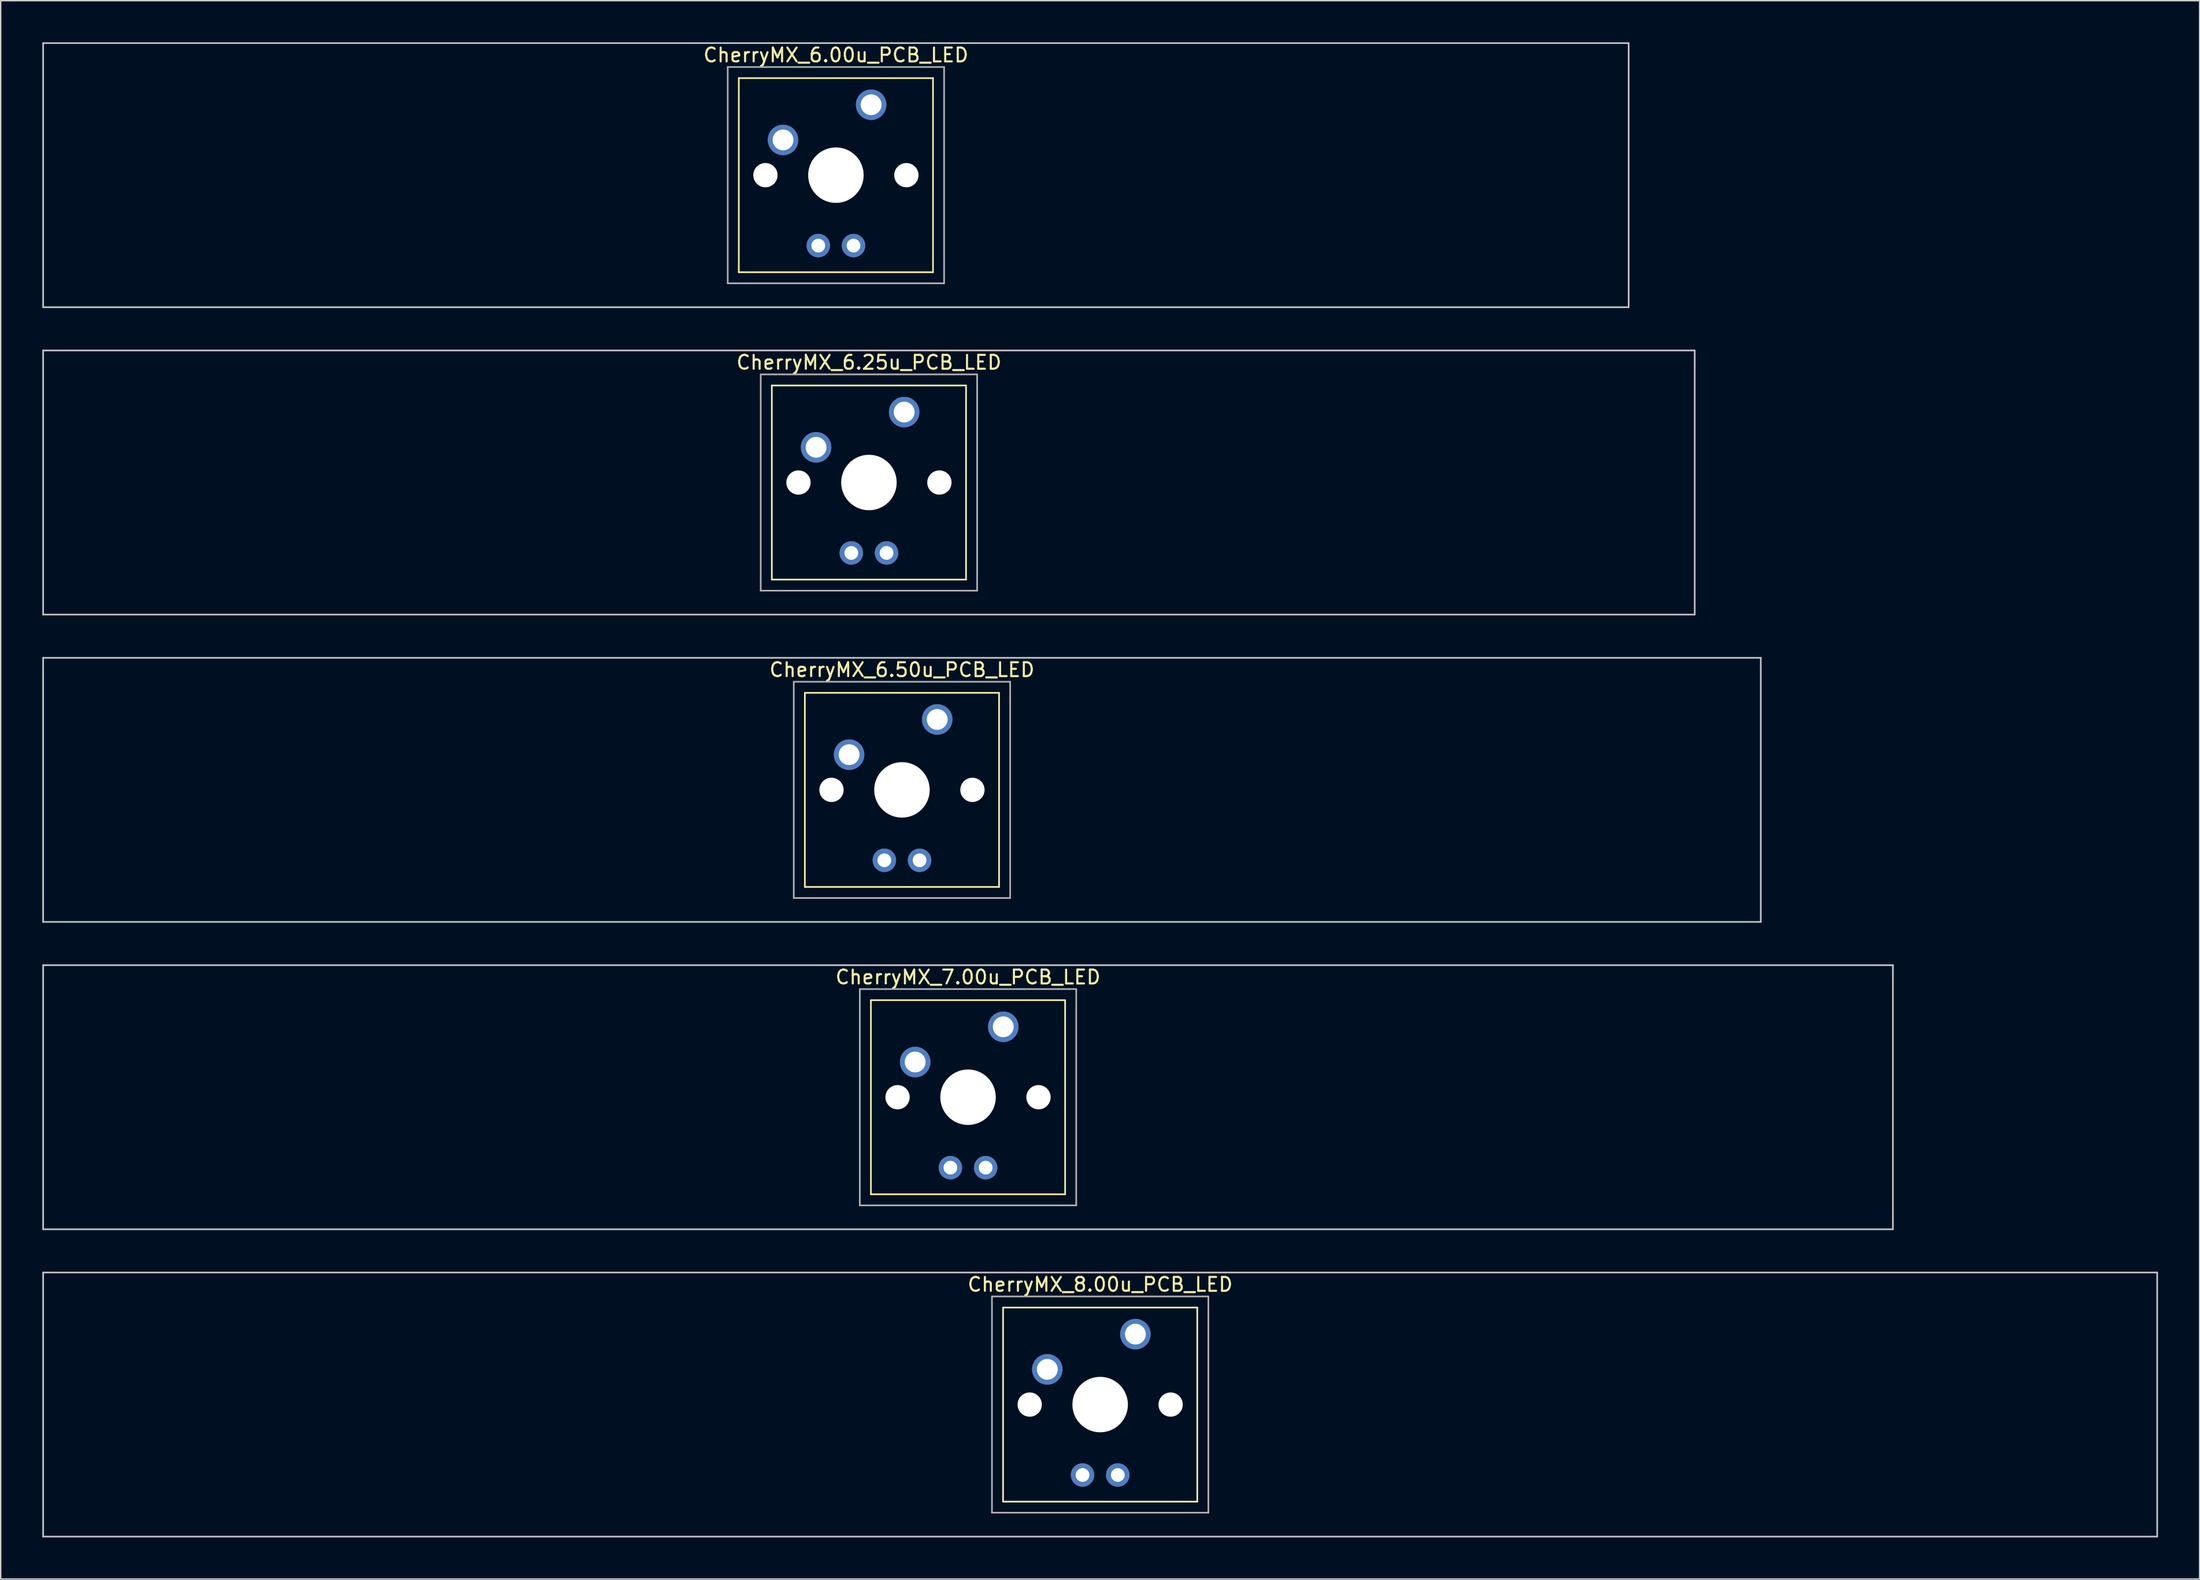
<source format=kicad_pcb>
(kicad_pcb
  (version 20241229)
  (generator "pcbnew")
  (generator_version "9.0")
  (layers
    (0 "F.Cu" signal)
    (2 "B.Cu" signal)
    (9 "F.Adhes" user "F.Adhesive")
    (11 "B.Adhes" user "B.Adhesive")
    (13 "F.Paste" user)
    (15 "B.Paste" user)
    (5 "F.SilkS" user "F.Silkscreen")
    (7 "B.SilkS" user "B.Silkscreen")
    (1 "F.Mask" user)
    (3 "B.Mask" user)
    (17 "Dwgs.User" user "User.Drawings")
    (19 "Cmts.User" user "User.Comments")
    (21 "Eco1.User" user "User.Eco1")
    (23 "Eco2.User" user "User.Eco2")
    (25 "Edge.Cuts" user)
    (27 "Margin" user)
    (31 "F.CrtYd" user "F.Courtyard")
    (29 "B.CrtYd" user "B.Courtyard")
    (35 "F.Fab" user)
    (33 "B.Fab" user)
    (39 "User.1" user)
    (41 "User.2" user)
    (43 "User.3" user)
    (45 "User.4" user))
  (footprint "CherryMX_6.25u_PCB_LED"
    (layer "F.Cu")
    (at 59.591 31.755)
    (property "Reference" "CherryMX_6.25u_PCB_LED" (at 0 -8.662 0) (layer "F.SilkS") (effects (font (size 1 1) (thickness 0.15))))
    (attr through_hole)
    (fp_line (start -7 -7) (end -7 7) (stroke (width 0.12) (type solid)) (layer "F.SilkS"))
    (fp_line (start -7 -7) (end 7 -7) (stroke (width 0.12) (type solid)) (layer "F.SilkS"))
    (fp_line (start 7 -7) (end 7 7) (stroke (width 0.12) (type solid)) (layer "F.SilkS"))
    (fp_line (start 7 7) (end -7 7) (stroke (width 0.12) (type solid)) (layer "F.SilkS"))
    (fp_line (start -59.531 -9.525) (end 59.531 -9.525) (stroke (width 0.12) (type solid)) (layer "Dwgs.User"))
    (fp_line (start -59.531 9.525) (end -59.531 -9.525) (stroke (width 0.12) (type solid)) (layer "Dwgs.User"))
    (fp_line (start 59.531 -9.525) (end 59.531 9.525) (stroke (width 0.12) (type solid)) (layer "Dwgs.User"))
    (fp_line (start 59.531 9.525) (end -59.531 9.525) (stroke (width 0.12) (type solid)) (layer "Dwgs.User"))
    (fp_line (start -7.8 -7.8) (end -7.8 7.8) (stroke (width 0.12) (type solid)) (layer "F.Fab"))
    (fp_line (start -7.8 -7.8) (end 7.8 -7.8) (stroke (width 0.12) (type solid)) (layer "F.Fab"))
    (fp_line (start -7.8 7.8) (end 7.8 7.8) (stroke (width 0.12) (type solid)) (layer "F.Fab"))
    (fp_line (start 7.8 -7.8) (end 7.8 7.8) (stroke (width 0.12) (type solid)) (layer "F.Fab"))
    (pad "" np_thru_hole circle (at -5.08 0) (size 1.75 1.75) (drill 1.75) (layers "*.Cu" "*.Mask"))
    (pad "" np_thru_hole circle (at 0 0) (size 4 4) (drill 4) (layers "*.Cu" "*.Mask"))
    (pad "" np_thru_hole circle (at 5.08 0) (size 1.75 1.75) (drill 1.75) (layers "*.Cu" "*.Mask"))
    (pad "1" thru_hole circle (at -3.81 -2.54) (size 2.2 2.2) (drill 1.5) (layers "*.Cu" "*.Mask"))
    (pad "2" thru_hole circle (at 2.54 -5.08) (size 2.2 2.2) (drill 1.5) (layers "*.Cu" "*.Mask"))
    (pad "3" thru_hole circle (at -1.27 5.08) (size 1.691 1.691) (drill 0.991) (layers "*.Cu" "*.Mask"))
    (pad "4" thru_hole circle (at 1.27 5.08) (size 1.691 1.691) (drill 0.991) (layers "*.Cu" "*.Mask")))
  (footprint "CherryMX_7.00u_PCB_LED"
    (layer "F.Cu")
    (at 66.735 76.095)
    (property "Reference" "CherryMX_7.00u_PCB_LED" (at 0 -8.662 0) (layer "F.SilkS") (effects (font (size 1 1) (thickness 0.15))))
    (attr through_hole)
    (fp_line (start -7 -7) (end -7 7) (stroke (width 0.12) (type solid)) (layer "F.SilkS"))
    (fp_line (start -7 -7) (end 7 -7) (stroke (width 0.12) (type solid)) (layer "F.SilkS"))
    (fp_line (start 7 -7) (end 7 7) (stroke (width 0.12) (type solid)) (layer "F.SilkS"))
    (fp_line (start 7 7) (end -7 7) (stroke (width 0.12) (type solid)) (layer "F.SilkS"))
    (fp_line (start -66.675 -9.525) (end 66.675 -9.525) (stroke (width 0.12) (type solid)) (layer "Dwgs.User"))
    (fp_line (start -66.675 9.525) (end -66.675 -9.525) (stroke (width 0.12) (type solid)) (layer "Dwgs.User"))
    (fp_line (start 66.675 -9.525) (end 66.675 9.525) (stroke (width 0.12) (type solid)) (layer "Dwgs.User"))
    (fp_line (start 66.675 9.525) (end -66.675 9.525) (stroke (width 0.12) (type solid)) (layer "Dwgs.User"))
    (fp_line (start -7.8 -7.8) (end -7.8 7.8) (stroke (width 0.12) (type solid)) (layer "F.Fab"))
    (fp_line (start -7.8 -7.8) (end 7.8 -7.8) (stroke (width 0.12) (type solid)) (layer "F.Fab"))
    (fp_line (start -7.8 7.8) (end 7.8 7.8) (stroke (width 0.12) (type solid)) (layer "F.Fab"))
    (fp_line (start 7.8 -7.8) (end 7.8 7.8) (stroke (width 0.12) (type solid)) (layer "F.Fab"))
    (pad "" np_thru_hole circle (at -5.08 0) (size 1.75 1.75) (drill 1.75) (layers "*.Cu" "*.Mask"))
    (pad "" np_thru_hole circle (at 0 0) (size 4 4) (drill 4) (layers "*.Cu" "*.Mask"))
    (pad "" np_thru_hole circle (at 5.08 0) (size 1.75 1.75) (drill 1.75) (layers "*.Cu" "*.Mask"))
    (pad "1" thru_hole circle (at -3.81 -2.54) (size 2.2 2.2) (drill 1.5) (layers "*.Cu" "*.Mask"))
    (pad "2" thru_hole circle (at 2.54 -5.08) (size 2.2 2.2) (drill 1.5) (layers "*.Cu" "*.Mask"))
    (pad "3" thru_hole circle (at -1.27 5.08) (size 1.691 1.691) (drill 0.991) (layers "*.Cu" "*.Mask"))
    (pad "4" thru_hole circle (at 1.27 5.08) (size 1.691 1.691) (drill 0.991) (layers "*.Cu" "*.Mask")))
  (footprint "CherryMX_6.00u_PCB_LED"
    (layer "F.Cu")
    (at 57.21 9.585)
    (property "Reference" "CherryMX_6.00u_PCB_LED" (at 0 -8.662 0) (layer "F.SilkS") (effects (font (size 1 1) (thickness 0.15))))
    (attr through_hole)
    (fp_line (start -7 -7) (end -7 7) (stroke (width 0.12) (type solid)) (layer "F.SilkS"))
    (fp_line (start -7 -7) (end 7 -7) (stroke (width 0.12) (type solid)) (layer "F.SilkS"))
    (fp_line (start 7 -7) (end 7 7) (stroke (width 0.12) (type solid)) (layer "F.SilkS"))
    (fp_line (start 7 7) (end -7 7) (stroke (width 0.12) (type solid)) (layer "F.SilkS"))
    (fp_line (start -57.15 -9.525) (end 57.15 -9.525) (stroke (width 0.12) (type solid)) (layer "Dwgs.User"))
    (fp_line (start -57.15 9.525) (end -57.15 -9.525) (stroke (width 0.12) (type solid)) (layer "Dwgs.User"))
    (fp_line (start 57.15 -9.525) (end 57.15 9.525) (stroke (width 0.12) (type solid)) (layer "Dwgs.User"))
    (fp_line (start 57.15 9.525) (end -57.15 9.525) (stroke (width 0.12) (type solid)) (layer "Dwgs.User"))
    (fp_line (start -7.8 -7.8) (end -7.8 7.8) (stroke (width 0.12) (type solid)) (layer "F.Fab"))
    (fp_line (start -7.8 -7.8) (end 7.8 -7.8) (stroke (width 0.12) (type solid)) (layer "F.Fab"))
    (fp_line (start -7.8 7.8) (end 7.8 7.8) (stroke (width 0.12) (type solid)) (layer "F.Fab"))
    (fp_line (start 7.8 -7.8) (end 7.8 7.8) (stroke (width 0.12) (type solid)) (layer "F.Fab"))
    (pad "" np_thru_hole circle (at -5.08 0) (size 1.75 1.75) (drill 1.75) (layers "*.Cu" "*.Mask"))
    (pad "" np_thru_hole circle (at 0 0) (size 4 4) (drill 4) (layers "*.Cu" "*.Mask"))
    (pad "" np_thru_hole circle (at 5.08 0) (size 1.75 1.75) (drill 1.75) (layers "*.Cu" "*.Mask"))
    (pad "1" thru_hole circle (at -3.81 -2.54) (size 2.2 2.2) (drill 1.5) (layers "*.Cu" "*.Mask"))
    (pad "2" thru_hole circle (at 2.54 -5.08) (size 2.2 2.2) (drill 1.5) (layers "*.Cu" "*.Mask"))
    (pad "3" thru_hole circle (at -1.27 5.08) (size 1.691 1.691) (drill 0.991) (layers "*.Cu" "*.Mask"))
    (pad "4" thru_hole circle (at 1.27 5.08) (size 1.691 1.691) (drill 0.991) (layers "*.Cu" "*.Mask")))
  (footprint "CherryMX_8.00u_PCB_LED"
    (layer "F.Cu")
    (at 76.26 98.265)
    (property "Reference" "CherryMX_8.00u_PCB_LED" (at 0 -8.662 0) (layer "F.SilkS") (effects (font (size 1 1) (thickness 0.15))))
    (attr through_hole)
    (fp_line (start -7 -7) (end -7 7) (stroke (width 0.12) (type solid)) (layer "F.SilkS"))
    (fp_line (start -7 -7) (end 7 -7) (stroke (width 0.12) (type solid)) (layer "F.SilkS"))
    (fp_line (start 7 -7) (end 7 7) (stroke (width 0.12) (type solid)) (layer "F.SilkS"))
    (fp_line (start 7 7) (end -7 7) (stroke (width 0.12) (type solid)) (layer "F.SilkS"))
    (fp_line (start -76.2 -9.525) (end 76.2 -9.525) (stroke (width 0.12) (type solid)) (layer "Dwgs.User"))
    (fp_line (start -76.2 9.525) (end -76.2 -9.525) (stroke (width 0.12) (type solid)) (layer "Dwgs.User"))
    (fp_line (start 76.2 -9.525) (end 76.2 9.525) (stroke (width 0.12) (type solid)) (layer "Dwgs.User"))
    (fp_line (start 76.2 9.525) (end -76.2 9.525) (stroke (width 0.12) (type solid)) (layer "Dwgs.User"))
    (fp_line (start -7.8 -7.8) (end -7.8 7.8) (stroke (width 0.12) (type solid)) (layer "F.Fab"))
    (fp_line (start -7.8 -7.8) (end 7.8 -7.8) (stroke (width 0.12) (type solid)) (layer "F.Fab"))
    (fp_line (start -7.8 7.8) (end 7.8 7.8) (stroke (width 0.12) (type solid)) (layer "F.Fab"))
    (fp_line (start 7.8 -7.8) (end 7.8 7.8) (stroke (width 0.12) (type solid)) (layer "F.Fab"))
    (pad "" np_thru_hole circle (at -5.08 0) (size 1.75 1.75) (drill 1.75) (layers "*.Cu" "*.Mask"))
    (pad "" np_thru_hole circle (at 0 0) (size 4 4) (drill 4) (layers "*.Cu" "*.Mask"))
    (pad "" np_thru_hole circle (at 5.08 0) (size 1.75 1.75) (drill 1.75) (layers "*.Cu" "*.Mask"))
    (pad "1" thru_hole circle (at -3.81 -2.54) (size 2.2 2.2) (drill 1.5) (layers "*.Cu" "*.Mask"))
    (pad "2" thru_hole circle (at 2.54 -5.08) (size 2.2 2.2) (drill 1.5) (layers "*.Cu" "*.Mask"))
    (pad "3" thru_hole circle (at -1.27 5.08) (size 1.691 1.691) (drill 0.991) (layers "*.Cu" "*.Mask"))
    (pad "4" thru_hole circle (at 1.27 5.08) (size 1.691 1.691) (drill 0.991) (layers "*.Cu" "*.Mask")))
  (footprint "CherryMX_6.50u_PCB_LED"
    (layer "F.Cu")
    (at 61.972 53.925)
    (property "Reference" "CherryMX_6.50u_PCB_LED" (at 0 -8.662 0) (layer "F.SilkS") (effects (font (size 1 1) (thickness 0.15))))
    (attr through_hole)
    (fp_line (start -7 -7) (end -7 7) (stroke (width 0.12) (type solid)) (layer "F.SilkS"))
    (fp_line (start -7 -7) (end 7 -7) (stroke (width 0.12) (type solid)) (layer "F.SilkS"))
    (fp_line (start 7 -7) (end 7 7) (stroke (width 0.12) (type solid)) (layer "F.SilkS"))
    (fp_line (start 7 7) (end -7 7) (stroke (width 0.12) (type solid)) (layer "F.SilkS"))
    (fp_line (start -61.913 -9.525) (end 61.913 -9.525) (stroke (width 0.12) (type solid)) (layer "Dwgs.User"))
    (fp_line (start -61.913 9.525) (end -61.913 -9.525) (stroke (width 0.12) (type solid)) (layer "Dwgs.User"))
    (fp_line (start 61.913 -9.525) (end 61.913 9.525) (stroke (width 0.12) (type solid)) (layer "Dwgs.User"))
    (fp_line (start 61.913 9.525) (end -61.913 9.525) (stroke (width 0.12) (type solid)) (layer "Dwgs.User"))
    (fp_line (start -7.8 -7.8) (end -7.8 7.8) (stroke (width 0.12) (type solid)) (layer "F.Fab"))
    (fp_line (start -7.8 -7.8) (end 7.8 -7.8) (stroke (width 0.12) (type solid)) (layer "F.Fab"))
    (fp_line (start -7.8 7.8) (end 7.8 7.8) (stroke (width 0.12) (type solid)) (layer "F.Fab"))
    (fp_line (start 7.8 -7.8) (end 7.8 7.8) (stroke (width 0.12) (type solid)) (layer "F.Fab"))
    (pad "" np_thru_hole circle (at -5.08 0) (size 1.75 1.75) (drill 1.75) (layers "*.Cu" "*.Mask"))
    (pad "" np_thru_hole circle (at 0 0) (size 4 4) (drill 4) (layers "*.Cu" "*.Mask"))
    (pad "" np_thru_hole circle (at 5.08 0) (size 1.75 1.75) (drill 1.75) (layers "*.Cu" "*.Mask"))
    (pad "1" thru_hole circle (at -3.81 -2.54) (size 2.2 2.2) (drill 1.5) (layers "*.Cu" "*.Mask"))
    (pad "2" thru_hole circle (at 2.54 -5.08) (size 2.2 2.2) (drill 1.5) (layers "*.Cu" "*.Mask"))
    (pad "3" thru_hole circle (at -1.27 5.08) (size 1.691 1.691) (drill 0.991) (layers "*.Cu" "*.Mask"))
    (pad "4" thru_hole circle (at 1.27 5.08) (size 1.691 1.691) (drill 0.991) (layers "*.Cu" "*.Mask")))
  (gr_rect
    (start -3 -3)
    (end 155.52 110.85)
    (stroke (width 0.1) (type default))
    (fill no)
    (layer "Edge.Cuts")))
</source>
